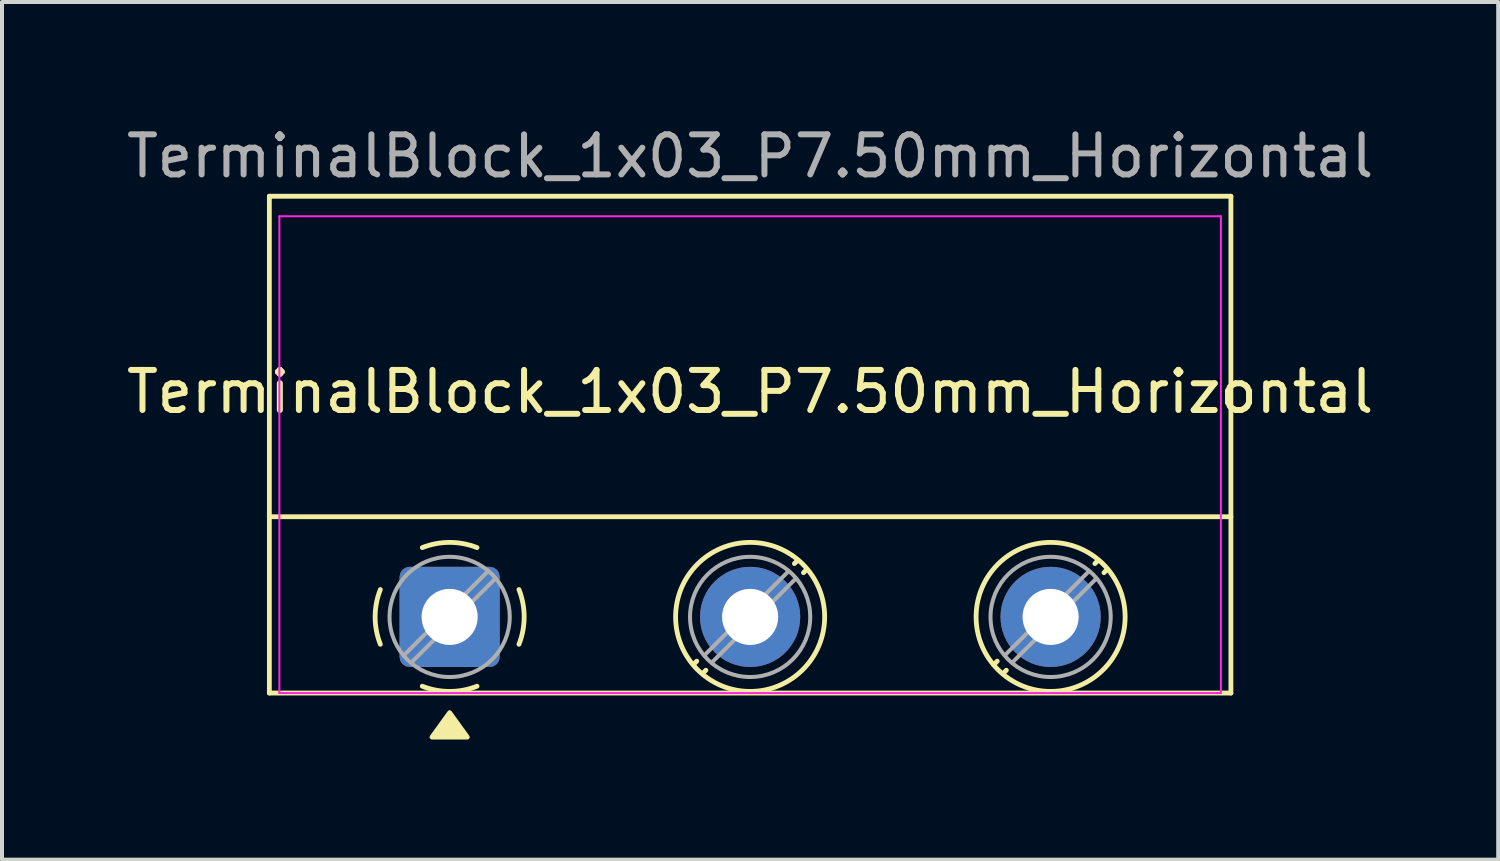
<source format=kicad_pcb>
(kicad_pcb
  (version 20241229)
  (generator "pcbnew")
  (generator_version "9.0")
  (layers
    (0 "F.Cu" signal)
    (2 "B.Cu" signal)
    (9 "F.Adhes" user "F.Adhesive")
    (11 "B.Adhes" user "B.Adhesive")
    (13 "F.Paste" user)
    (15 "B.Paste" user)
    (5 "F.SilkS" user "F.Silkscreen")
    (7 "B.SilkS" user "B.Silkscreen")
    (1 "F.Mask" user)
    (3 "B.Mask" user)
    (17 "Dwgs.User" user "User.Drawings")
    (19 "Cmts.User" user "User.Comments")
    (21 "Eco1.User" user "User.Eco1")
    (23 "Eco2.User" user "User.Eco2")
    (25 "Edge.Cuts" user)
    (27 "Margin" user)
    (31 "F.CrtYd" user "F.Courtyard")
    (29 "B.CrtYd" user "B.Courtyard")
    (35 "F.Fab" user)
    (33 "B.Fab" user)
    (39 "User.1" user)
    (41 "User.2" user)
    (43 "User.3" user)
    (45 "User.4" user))
  (footprint "TerminalBlock_1x03_P7.50mm_Horizontal"
    (layer "F.Cu")
    (at 8.173 12.348)
    (property "Reference" "TerminalBlock_1x03_P7.50mm_Horizontal" (at 7.5 -5.62 0) (layer "F.SilkS") (effects (font (size 1 1) (thickness 0.15))))
    (attr through_hole)
    (fp_line (start -4.5 -10.5) (end -4.5 1.9) (stroke (width 0.12) (type solid)) (layer "F.SilkS"))
    (fp_line (start -4.5 -10.5) (end 19.5 -10.5) (stroke (width 0.12) (type solid)) (layer "F.SilkS"))
    (fp_line (start -4.5 -2.5) (end 19.5 -2.5) (stroke (width 0.12) (type solid)) (layer "F.SilkS"))
    (fp_line (start -4.5 1.9) (end 19.5 1.9) (stroke (width 0.12) (type solid)) (layer "F.SilkS"))
    (fp_line (start 6.168 1.104) (end 6.089 1.183) (stroke (width 0.12) (type solid)) (layer "F.SilkS"))
    (fp_line (start 6.395 1.331) (end 6.316 1.41) (stroke (width 0.12) (type solid)) (layer "F.SilkS"))
    (fp_line (start 8.684 -1.411) (end 8.605 -1.331) (stroke (width 0.12) (type solid)) (layer "F.SilkS"))
    (fp_line (start 8.911 -1.184) (end 8.832 -1.104) (stroke (width 0.12) (type solid)) (layer "F.SilkS"))
    (fp_line (start 13.668 1.104) (end 13.589 1.183) (stroke (width 0.12) (type solid)) (layer "F.SilkS"))
    (fp_line (start 13.895 1.331) (end 13.816 1.41) (stroke (width 0.12) (type solid)) (layer "F.SilkS"))
    (fp_line (start 16.184 -1.411) (end 16.105 -1.331) (stroke (width 0.12) (type solid)) (layer "F.SilkS"))
    (fp_line (start 16.411 -1.184) (end 16.332 -1.104) (stroke (width 0.12) (type solid)) (layer "F.SilkS"))
    (fp_line (start 19.5 -10.5) (end 19.5 1.9) (stroke (width 0.12) (type solid)) (layer "F.SilkS"))
    (fp_arc (start -1.73 0.683) (mid -1.859943 -0.000144) (end -1.729894 -0.683267) (stroke (width 0.12) (type solid)) (layer "F.SilkS"))
    (fp_arc (start -0.683 -1.73) (mid 0.000144 -1.859943) (end 0.683267 -1.729894) (stroke (width 0.12) (type solid)) (layer "F.SilkS"))
    (fp_arc (start 0.683 1.73) (mid -0.000144 1.859943) (end -0.683267 1.729894) (stroke (width 0.12) (type solid)) (layer "F.SilkS"))
    (fp_arc (start 1.73 -0.683) (mid 1.859943 0.000144) (end 1.729894 0.683267) (stroke (width 0.12) (type solid)) (layer "F.SilkS"))
    (fp_circle (center 7.5 0) (end 9.36 0) (stroke (width 0.12) (type solid)) (fill no) (layer "F.SilkS"))
    (fp_circle (center 15 0) (end 16.86 0) (stroke (width 0.12) (type solid)) (fill no) (layer "F.SilkS"))
    (fp_poly (pts (xy 0 2.39) (xy 0.44 3) (xy -0.44 3) (xy 0 2.39)) (stroke (width 0.12) (type solid)) (fill yes) (layer "F.SilkS"))
    (fp_line (start -4.25 -10) (end -4.25 1.9) (stroke (width 0.05) (type solid)) (layer "F.CrtYd"))
    (fp_line (start -4.25 1.9) (end 19.25 1.9) (stroke (width 0.05) (type solid)) (layer "F.CrtYd"))
    (fp_line (start 19.25 -10) (end -4.25 -10) (stroke (width 0.05) (type solid)) (layer "F.CrtYd"))
    (fp_line (start 19.25 1.9) (end 19.25 -10) (stroke (width 0.05) (type solid)) (layer "F.CrtYd"))
    (fp_line (start 0.955 -1.138) (end -1.138 0.954) (stroke (width 0.1) (type solid)) (layer "F.Fab"))
    (fp_line (start 1.138 -0.954) (end -0.955 1.137) (stroke (width 0.1) (type solid)) (layer "F.Fab"))
    (fp_line (start 8.455 -1.138) (end 6.362 0.954) (stroke (width 0.1) (type solid)) (layer "F.Fab"))
    (fp_line (start 8.638 -0.954) (end 6.545 1.137) (stroke (width 0.1) (type solid)) (layer "F.Fab"))
    (fp_line (start 15.955 -1.138) (end 13.862 0.954) (stroke (width 0.1) (type solid)) (layer "F.Fab"))
    (fp_line (start 16.138 -0.954) (end 14.045 1.137) (stroke (width 0.1) (type solid)) (layer "F.Fab"))
    (fp_circle (center 0 0) (end 1.5 0) (stroke (width 0.1) (type solid)) (fill no) (layer "F.Fab"))
    (fp_circle (center 7.5 0) (end 9 0) (stroke (width 0.1) (type solid)) (fill no) (layer "F.Fab"))
    (fp_circle (center 15 0) (end 16.5 0) (stroke (width 0.1) (type solid)) (fill no) (layer "F.Fab"))
    (fp_text user "${REFERENCE}" (at 7.5 -11.5 0) (layer "F.Fab") (effects (font (size 1 1) (thickness 0.15))))
    (pad "1" thru_hole roundrect (at 0 0) (size 2.5 2.5) (drill 1.4) (layers "*.Cu" "*.Mask") (roundrect_rratio 0.1))
    (pad "2" thru_hole circle (at 7.5 0) (size 2.5 2.5) (drill 1.4) (layers "*.Cu" "*.Mask"))
    (pad "3" thru_hole circle (at 15 0) (size 2.5 2.5) (drill 1.4) (layers "*.Cu" "*.Mask")))
  (gr_rect
    (start -3 -3)
    (end 34.345 18.408)
    (stroke (width 0.1) (type default))
    (fill no)
    (layer "Edge.Cuts")))
</source>
